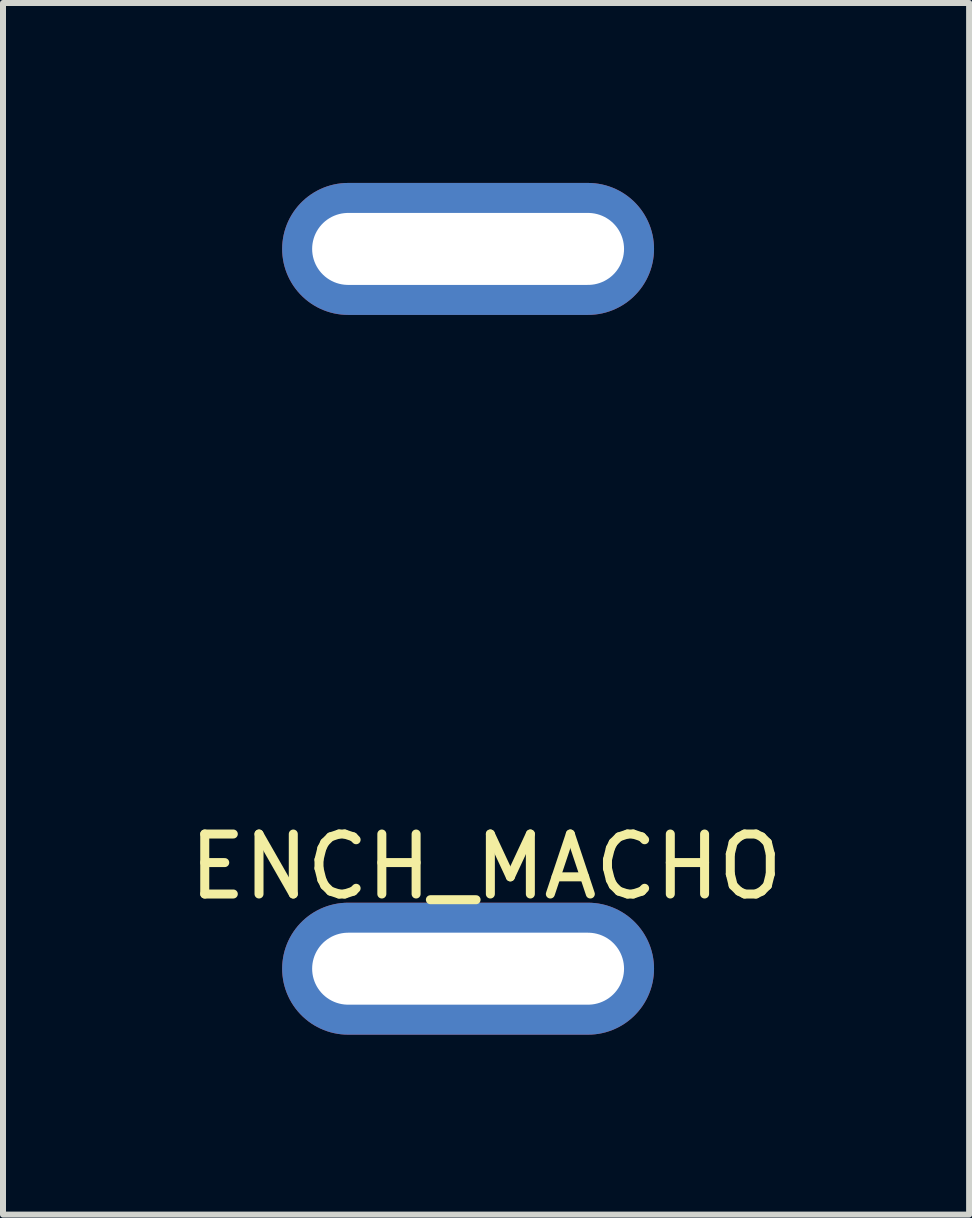
<source format=kicad_pcb>
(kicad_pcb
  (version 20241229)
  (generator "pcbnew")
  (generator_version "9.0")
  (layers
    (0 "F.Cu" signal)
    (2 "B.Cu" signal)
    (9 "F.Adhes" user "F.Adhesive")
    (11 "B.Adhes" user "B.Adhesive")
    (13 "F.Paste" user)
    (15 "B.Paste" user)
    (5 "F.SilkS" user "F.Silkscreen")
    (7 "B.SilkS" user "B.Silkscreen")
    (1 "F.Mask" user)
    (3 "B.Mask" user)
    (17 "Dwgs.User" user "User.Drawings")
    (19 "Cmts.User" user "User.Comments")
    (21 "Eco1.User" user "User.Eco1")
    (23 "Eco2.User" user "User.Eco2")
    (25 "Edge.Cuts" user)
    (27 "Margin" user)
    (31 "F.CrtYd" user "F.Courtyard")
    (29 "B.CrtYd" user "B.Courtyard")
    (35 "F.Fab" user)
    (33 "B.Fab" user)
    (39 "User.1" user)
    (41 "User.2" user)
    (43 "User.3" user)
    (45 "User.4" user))
  (footprint "ENCH_MACHO"
    (layer "F.Cu")
    (at 2.154 12.5)
    (property "Reference" "ENCH_MACHO" (at 2.9 -1.1 0) (layer "F.SilkS") (effects (font (size 1 1) (thickness 0.15))))
    (attr through_hole)
    (pad "1" thru_hole oval (at 2.6 -11.4) (size 6.2 2.2) (drill oval 5.2 1.2) (layers "*.Cu" "*.Mask"))
    (pad "2" thru_hole oval (at 2.6 0.6) (size 6.2 2.2) (drill oval 5.2 1.2) (layers "*.Cu" "*.Mask")))
  (gr_rect
    (start -3 -3)
    (end 13.107 17.2)
    (stroke (width 0.1) (type default))
    (fill no)
    (layer "Edge.Cuts")))
</source>
